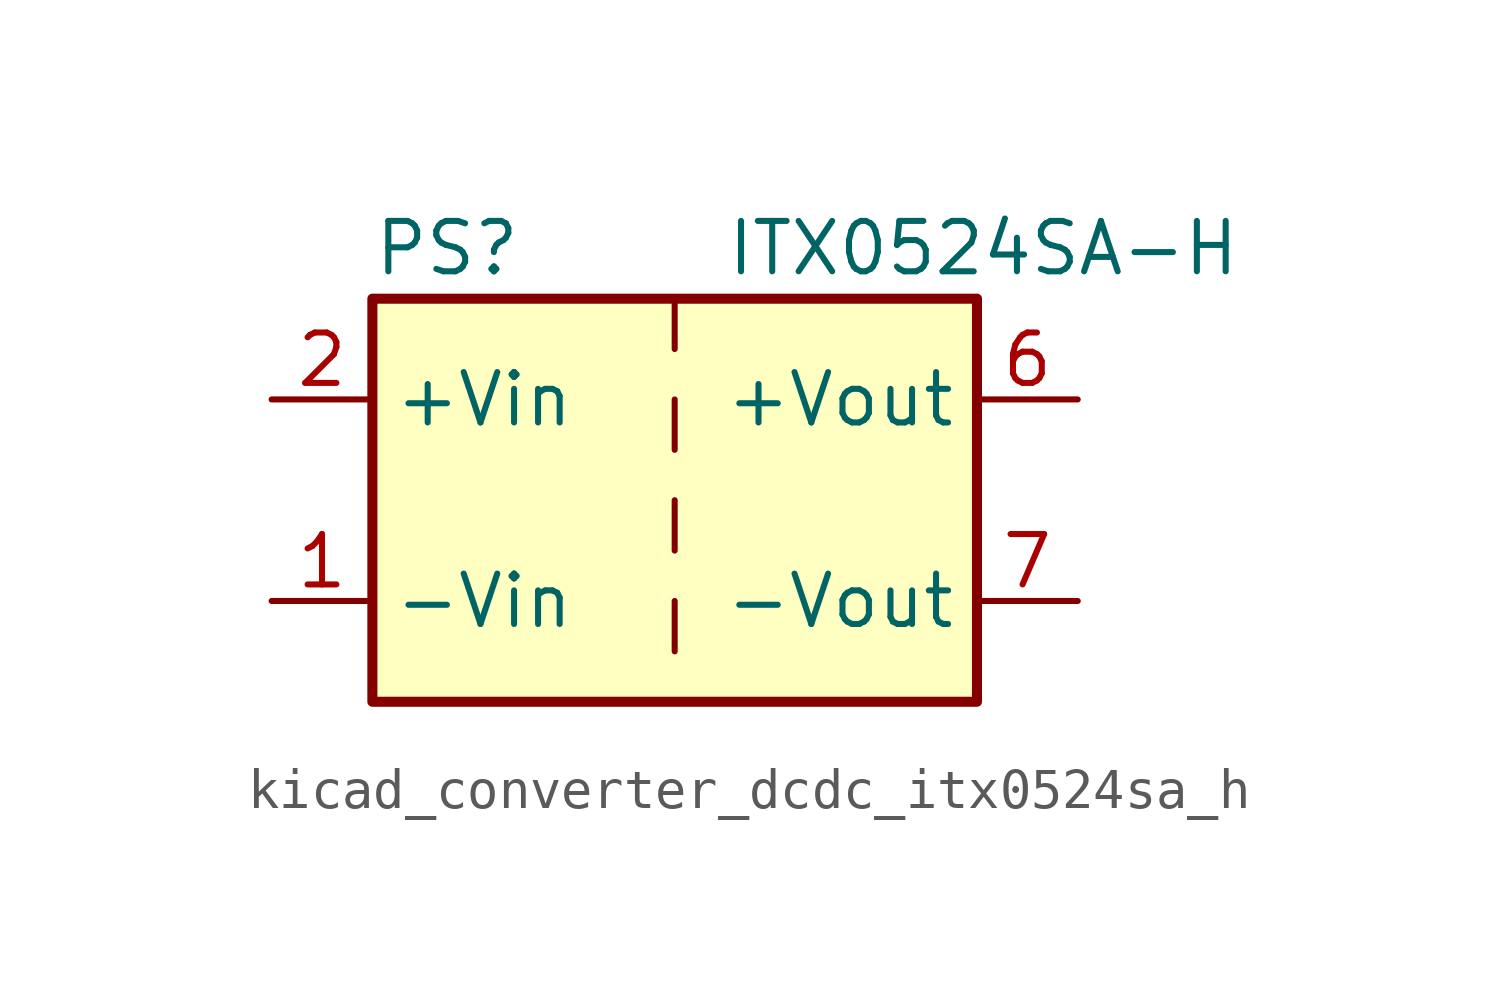
<source format=kicad_sym>
(kicad_symbol_lib
  (version 20220914)
  (generator kicad_symbol_editor)
  (symbol "kicad_converter_dcdc_itx0524sa_h"
    (property "Reference" "PS"
      (at -7.62 6.35 0)
      (effects (font (size 1.27 1.27)) (justify left)))
    (property "Value" "ITX0524SA-H"
      (at 1.27 6.35 0)
      (effects (font (size 1.27 1.27)) (justify left)))
    (symbol "kicad_converter_dcdc_itx0524sa_h_0_0"
      (pin power_in line (at -10.16 -2.54 0) (length 2.54) (name "-Vin" (effects (font (size 1.27 1.27)))) (number "1" (effects (font (size 1.27 1.27)))))
      (pin power_in line (at -10.16 2.54 0) (length 2.54) (name "+Vin" (effects (font (size 1.27 1.27)))) (number "2" (effects (font (size 1.27 1.27)))))
      (pin power_out line (at 10.16 2.54 180) (length 2.54) (name "+Vout" (effects (font (size 1.27 1.27)))) (number "6" (effects (font (size 1.27 1.27)))))
      (pin power_out line (at 10.16 -2.54 180) (length 2.54) (name "-Vout" (effects (font (size 1.27 1.27)))) (number "7" (effects (font (size 1.27 1.27)))))
      (pin no_connect line (at 7.62 0 180) (length 2.54) hide (name "NC" (effects (font (size 1.27 1.27)))) (number "8" (effects (font (size 1.27 1.27))))))
    (symbol "kicad_converter_dcdc_itx0524sa_h_0_1"
      (rectangle (start -7.62 5.08) (end 7.62 -5.08) (stroke (width 0.254) (type default)) (fill (type background)))
      (polyline (pts (xy 0 -2.54) (xy 0 -3.81)) (stroke (width 0) (type default)) (fill (type none)))
      (polyline (pts (xy 0 0) (xy 0 -1.27)) (stroke (width 0) (type default)) (fill (type none)))
      (polyline (pts (xy 0 2.54) (xy 0 1.27)) (stroke (width 0) (type default)) (fill (type none)))
      (polyline (pts (xy 0 5.08) (xy 0 3.81)) (stroke (width 0) (type default)) (fill (type none))))))
</source>
